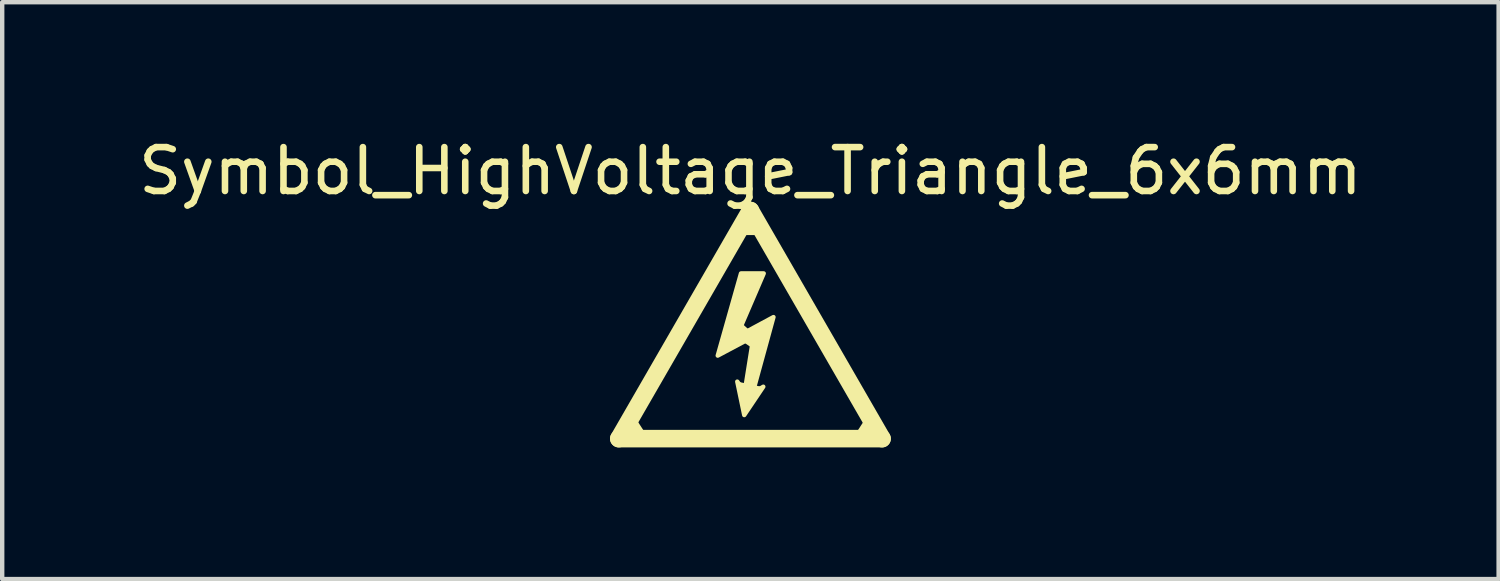
<source format=kicad_pcb>
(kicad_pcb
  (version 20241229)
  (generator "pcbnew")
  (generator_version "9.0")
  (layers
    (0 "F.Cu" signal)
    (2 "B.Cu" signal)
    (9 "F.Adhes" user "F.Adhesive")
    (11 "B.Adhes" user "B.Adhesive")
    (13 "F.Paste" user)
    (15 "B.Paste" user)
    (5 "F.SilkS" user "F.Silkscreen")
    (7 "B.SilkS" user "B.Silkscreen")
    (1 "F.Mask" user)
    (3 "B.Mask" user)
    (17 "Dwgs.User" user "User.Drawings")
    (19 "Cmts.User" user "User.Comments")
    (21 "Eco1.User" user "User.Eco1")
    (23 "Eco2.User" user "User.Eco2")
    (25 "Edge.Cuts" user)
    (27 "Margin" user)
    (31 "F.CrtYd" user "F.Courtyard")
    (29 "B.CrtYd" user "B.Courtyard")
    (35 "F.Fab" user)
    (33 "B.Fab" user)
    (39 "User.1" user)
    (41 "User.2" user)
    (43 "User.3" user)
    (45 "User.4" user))
  (footprint "Symbol_HighVoltage_Triangle_6x6mm"
    (layer "F.Cu")
    (at 14.054 4.348)
    (property "Reference" "Symbol_HighVoltage_Triangle_6x6mm" (at 0 -3.5 0) (layer "F.SilkS") (effects (font (size 1 1) (thickness 0.15))))
    (attr exclude_from_pos_files exclude_from_bom allow_missing_courtyard)
    (fp_line (start -3 2.6) (end 0 -2.6) (stroke (width 0.4) (type solid)) (layer "F.SilkS"))
    (fp_line (start -2.457 2.565) (end -2.723 2.155) (stroke (width 0.2) (type solid)) (layer "F.SilkS"))
    (fp_line (start -0.28 0.03) (end -0.08 0.21) (stroke (width 0.2) (type solid)) (layer "F.SilkS"))
    (fp_line (start -0.26 1.36) (end 0.21 1.46) (stroke (width 0.102) (type solid)) (layer "F.SilkS"))
    (fp_line (start -0.135 0.295) (end 0.115 0.465) (stroke (width 0.2) (type solid)) (layer "F.SilkS"))
    (fp_line (start -0.125 -2.14) (end 0.125 -2.14) (stroke (width 0.2) (type solid)) (layer "F.SilkS"))
    (fp_line (start 0 -2.6) (end 3 2.6) (stroke (width 0.4) (type solid)) (layer "F.SilkS"))
    (fp_line (start 2.467 2.565) (end 2.733 2.155) (stroke (width 0.2) (type solid)) (layer "F.SilkS"))
    (fp_line (start 3 2.6) (end -3 2.6) (stroke (width 0.4) (type solid)) (layer "F.SilkS"))
    (fp_poly (pts (xy -0.321 0.284) (xy 0.525 -0.171) (xy 0.049 1.565) (xy 0.293 1.416) (xy -0.141 2.062) (xy -0.3 1.3) (xy -0.131 1.533) (xy 0.07 0.273) (xy -0.745 0.707) (xy -0.215 -1.166) (xy 0.303 -1.166)) (stroke (width 0.1) (type solid)) (fill yes) (layer "F.SilkS")))
  (gr_rect
    (start -3 -3)
    (end 31.107 10.148)
    (stroke (width 0.1) (type default))
    (fill no)
    (layer "Edge.Cuts")))
</source>
